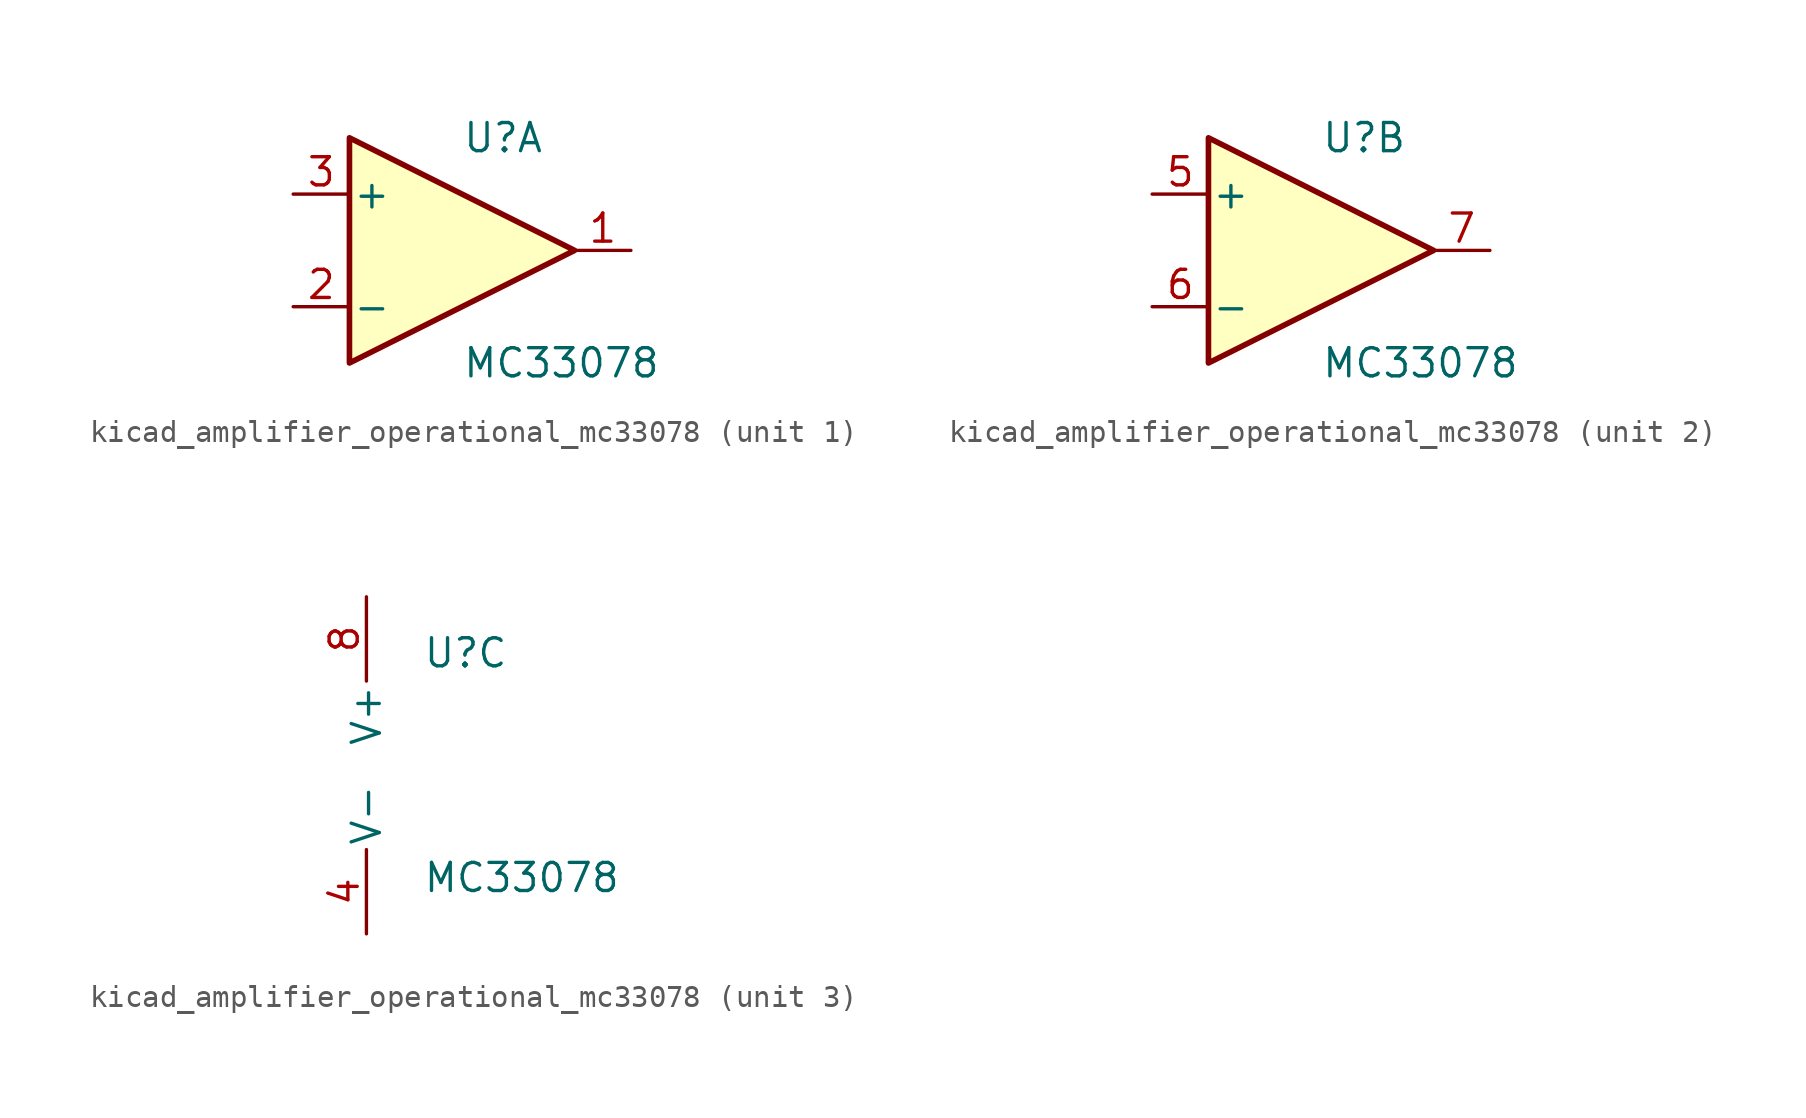
<source format=kicad_sym>
(kicad_symbol_lib
  (version 20220914)
  (generator kicad_symbol_editor)
  (symbol "kicad_amplifier_operational_mc33078"
    (pin_names
      (offset 0.127))
    (property "Reference" "U"
      (at 0 5.08 0)
      (effects (font (size 1.27 1.27)) (justify left)))
    (property "Value" "MC33078"
      (at 0 -5.08 0)
      (effects (font (size 1.27 1.27)) (justify left)))
    (property "ki_locked" ""
      (at 0 0 0)
      (effects (font (size 1.27 1.27))))
    (symbol "kicad_amplifier_operational_mc33078_1_1"
      (polyline (pts (xy -5.08 5.08) (xy 5.08 0) (xy -5.08 -5.08) (xy -5.08 5.08)) (stroke (width 0.254) (type default)) (fill (type background)))
      (pin output line (at 7.62 0 180) (length 2.54) (name "~" (effects (font (size 1.27 1.27)))) (number "1" (effects (font (size 1.27 1.27)))))
      (pin input line (at -7.62 -2.54 0) (length 2.54) (name "-" (effects (font (size 1.27 1.27)))) (number "2" (effects (font (size 1.27 1.27)))))
      (pin input line (at -7.62 2.54 0) (length 2.54) (name "+" (effects (font (size 1.27 1.27)))) (number "3" (effects (font (size 1.27 1.27))))))
    (symbol "kicad_amplifier_operational_mc33078_2_1"
      (polyline (pts (xy -5.08 5.08) (xy 5.08 0) (xy -5.08 -5.08) (xy -5.08 5.08)) (stroke (width 0.254) (type default)) (fill (type background)))
      (pin input line (at -7.62 2.54 0) (length 2.54) (name "+" (effects (font (size 1.27 1.27)))) (number "5" (effects (font (size 1.27 1.27)))))
      (pin input line (at -7.62 -2.54 0) (length 2.54) (name "-" (effects (font (size 1.27 1.27)))) (number "6" (effects (font (size 1.27 1.27)))))
      (pin output line (at 7.62 0 180) (length 2.54) (name "~" (effects (font (size 1.27 1.27)))) (number "7" (effects (font (size 1.27 1.27))))))
    (symbol "kicad_amplifier_operational_mc33078_3_1"
      (pin power_in line (at -2.54 -7.62 90) (length 3.81) (name "V-" (effects (font (size 1.27 1.27)))) (number "4" (effects (font (size 1.27 1.27)))))
      (pin power_in line (at -2.54 7.62 270) (length 3.81) (name "V+" (effects (font (size 1.27 1.27)))) (number "8" (effects (font (size 1.27 1.27))))))))
</source>
